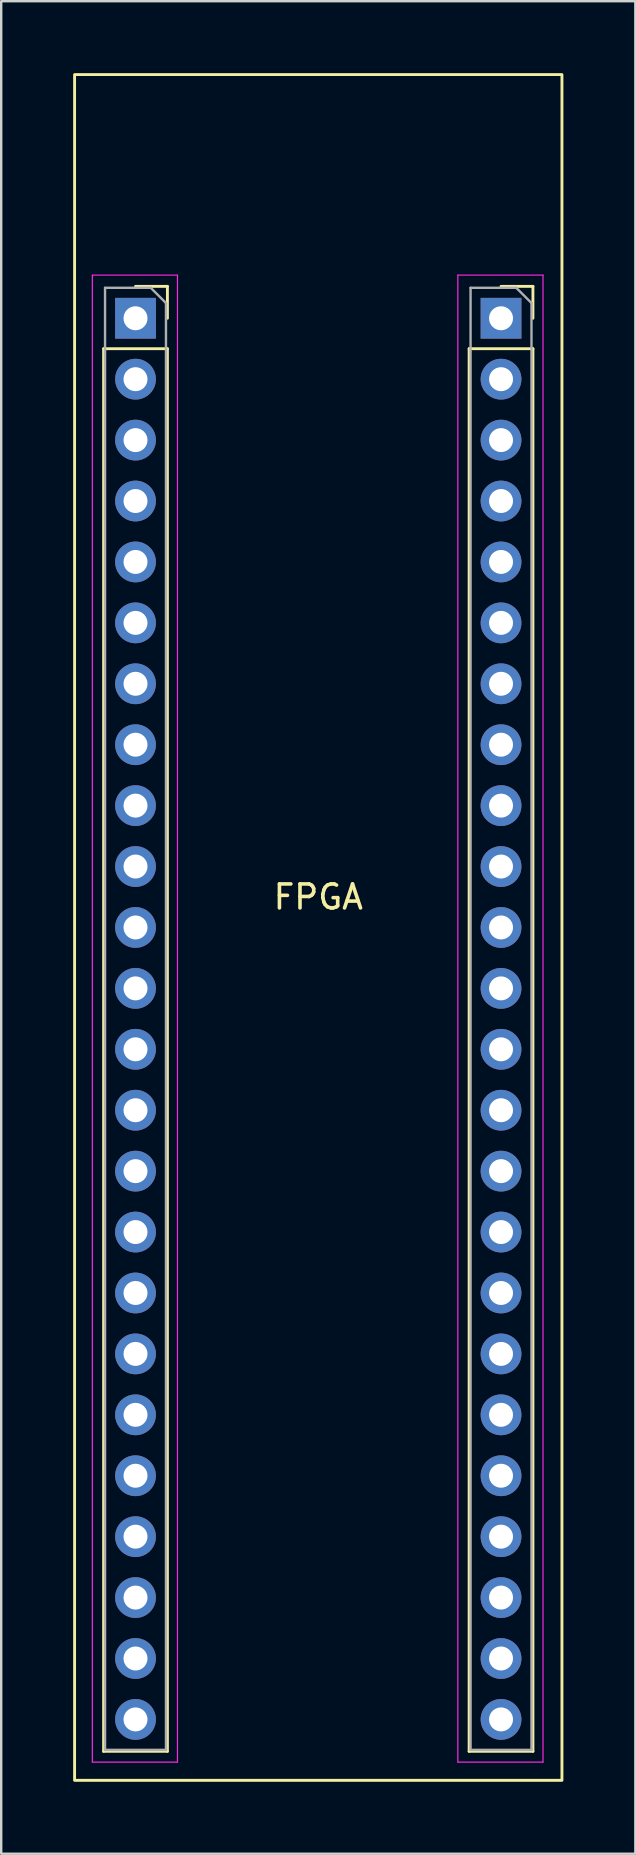
<source format=kicad_pcb>
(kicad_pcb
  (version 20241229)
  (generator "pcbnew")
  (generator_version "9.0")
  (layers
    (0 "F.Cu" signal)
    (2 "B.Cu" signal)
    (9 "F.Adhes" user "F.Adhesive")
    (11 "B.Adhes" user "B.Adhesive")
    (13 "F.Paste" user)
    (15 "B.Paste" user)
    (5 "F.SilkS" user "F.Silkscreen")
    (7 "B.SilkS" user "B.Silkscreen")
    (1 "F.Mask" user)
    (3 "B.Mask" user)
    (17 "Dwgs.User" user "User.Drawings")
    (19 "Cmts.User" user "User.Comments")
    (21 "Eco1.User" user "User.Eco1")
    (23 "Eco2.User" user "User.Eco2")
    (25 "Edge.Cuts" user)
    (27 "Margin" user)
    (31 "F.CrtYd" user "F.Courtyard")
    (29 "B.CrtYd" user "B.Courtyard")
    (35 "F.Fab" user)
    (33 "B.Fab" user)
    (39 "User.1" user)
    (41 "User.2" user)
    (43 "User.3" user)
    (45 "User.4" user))
  (footprint "FPGA"
    (layer "F.Cu")
    (at 2.6 10.22)
    (property "Reference" "FPGA" (at 7.62 24.13 0) (layer "F.SilkS") (effects (font (size 1 1) (thickness 0.15))))
    (attr through_hole)
    (fp_line (start -1.33 1.27) (end -1.33 59.75) (stroke (width 0.12) (type solid)) (layer "F.SilkS"))
    (fp_line (start -1.33 1.27) (end 1.33 1.27) (stroke (width 0.12) (type solid)) (layer "F.SilkS"))
    (fp_line (start -1.33 59.75) (end 1.33 59.75) (stroke (width 0.12) (type solid)) (layer "F.SilkS"))
    (fp_line (start 0 -1.33) (end 1.33 -1.33) (stroke (width 0.12) (type solid)) (layer "F.SilkS"))
    (fp_line (start 1.33 -1.33) (end 1.33 0) (stroke (width 0.12) (type solid)) (layer "F.SilkS"))
    (fp_line (start 1.33 1.27) (end 1.33 59.75) (stroke (width 0.12) (type solid)) (layer "F.SilkS"))
    (fp_line (start 13.91 1.27) (end 13.91 59.75) (stroke (width 0.12) (type solid)) (layer "F.SilkS"))
    (fp_line (start 13.91 1.27) (end 16.57 1.27) (stroke (width 0.12) (type solid)) (layer "F.SilkS"))
    (fp_line (start 13.91 59.75) (end 16.57 59.75) (stroke (width 0.12) (type solid)) (layer "F.SilkS"))
    (fp_line (start 15.24 -1.33) (end 16.57 -1.33) (stroke (width 0.12) (type solid)) (layer "F.SilkS"))
    (fp_line (start 16.57 -1.33) (end 16.57 0) (stroke (width 0.12) (type solid)) (layer "F.SilkS"))
    (fp_line (start 16.57 1.27) (end 16.57 59.75) (stroke (width 0.12) (type solid)) (layer "F.SilkS"))
    (fp_rect (start -2.54 -10.16) (end 17.78 60.96) (stroke (width 0.12) (type solid)) (fill no) (layer "F.SilkS"))
    (fp_line (start -1.8 -1.8) (end 1.75 -1.8) (stroke (width 0.05) (type solid)) (layer "F.CrtYd"))
    (fp_line (start -1.8 60.2) (end -1.8 -1.8) (stroke (width 0.05) (type solid)) (layer "F.CrtYd"))
    (fp_line (start 1.75 -1.8) (end 1.75 60.2) (stroke (width 0.05) (type solid)) (layer "F.CrtYd"))
    (fp_line (start 1.75 60.2) (end -1.8 60.2) (stroke (width 0.05) (type solid)) (layer "F.CrtYd"))
    (fp_line (start 13.44 -1.8) (end 16.99 -1.8) (stroke (width 0.05) (type solid)) (layer "F.CrtYd"))
    (fp_line (start 13.44 60.2) (end 13.44 -1.8) (stroke (width 0.05) (type solid)) (layer "F.CrtYd"))
    (fp_line (start 16.99 -1.8) (end 16.99 60.2) (stroke (width 0.05) (type solid)) (layer "F.CrtYd"))
    (fp_line (start 16.99 60.2) (end 13.44 60.2) (stroke (width 0.05) (type solid)) (layer "F.CrtYd"))
    (fp_line (start -1.27 -1.27) (end 0.635 -1.27) (stroke (width 0.1) (type solid)) (layer "F.Fab"))
    (fp_line (start -1.27 59.69) (end -1.27 -1.27) (stroke (width 0.1) (type solid)) (layer "F.Fab"))
    (fp_line (start 0.635 -1.27) (end 1.27 -0.635) (stroke (width 0.1) (type solid)) (layer "F.Fab"))
    (fp_line (start 1.27 -0.635) (end 1.27 59.69) (stroke (width 0.1) (type solid)) (layer "F.Fab"))
    (fp_line (start 1.27 59.69) (end -1.27 59.69) (stroke (width 0.1) (type solid)) (layer "F.Fab"))
    (fp_line (start 13.97 -1.27) (end 15.875 -1.27) (stroke (width 0.1) (type solid)) (layer "F.Fab"))
    (fp_line (start 13.97 59.69) (end 13.97 -1.27) (stroke (width 0.1) (type solid)) (layer "F.Fab"))
    (fp_line (start 15.875 -1.27) (end 16.51 -0.635) (stroke (width 0.1) (type solid)) (layer "F.Fab"))
    (fp_line (start 16.51 -0.635) (end 16.51 59.69) (stroke (width 0.1) (type solid)) (layer "F.Fab"))
    (fp_line (start 16.51 59.69) (end 13.97 59.69) (stroke (width 0.1) (type solid)) (layer "F.Fab"))
    (pad "1" thru_hole rect (at 0 0) (size 1.7 1.7) (drill 1) (layers "*.Cu" "*.Mask"))
    (pad "2" thru_hole oval (at 0 2.54) (size 1.7 1.7) (drill 1) (layers "*.Cu" "*.Mask"))
    (pad "3" thru_hole oval (at 0 5.08) (size 1.7 1.7) (drill 1) (layers "*.Cu" "*.Mask"))
    (pad "4" thru_hole oval (at 0 7.62) (size 1.7 1.7) (drill 1) (layers "*.Cu" "*.Mask"))
    (pad "5" thru_hole oval (at 0 10.16) (size 1.7 1.7) (drill 1) (layers "*.Cu" "*.Mask"))
    (pad "6" thru_hole oval (at 0 12.7) (size 1.7 1.7) (drill 1) (layers "*.Cu" "*.Mask"))
    (pad "7" thru_hole oval (at 0 15.24) (size 1.7 1.7) (drill 1) (layers "*.Cu" "*.Mask"))
    (pad "8" thru_hole oval (at 0 17.78) (size 1.7 1.7) (drill 1) (layers "*.Cu" "*.Mask"))
    (pad "9" thru_hole oval (at 0 20.32) (size 1.7 1.7) (drill 1) (layers "*.Cu" "*.Mask"))
    (pad "10" thru_hole oval (at 0 22.86) (size 1.7 1.7) (drill 1) (layers "*.Cu" "*.Mask"))
    (pad "11" thru_hole oval (at 0 25.4) (size 1.7 1.7) (drill 1) (layers "*.Cu" "*.Mask"))
    (pad "12" thru_hole oval (at 0 27.94) (size 1.7 1.7) (drill 1) (layers "*.Cu" "*.Mask"))
    (pad "13" thru_hole oval (at 0 30.48) (size 1.7 1.7) (drill 1) (layers "*.Cu" "*.Mask"))
    (pad "14" thru_hole oval (at 0 33.02) (size 1.7 1.7) (drill 1) (layers "*.Cu" "*.Mask"))
    (pad "15" thru_hole oval (at 0 35.56) (size 1.7 1.7) (drill 1) (layers "*.Cu" "*.Mask"))
    (pad "16" thru_hole oval (at 0 38.1) (size 1.7 1.7) (drill 1) (layers "*.Cu" "*.Mask"))
    (pad "17" thru_hole oval (at 0 40.64) (size 1.7 1.7) (drill 1) (layers "*.Cu" "*.Mask"))
    (pad "18" thru_hole oval (at 0 43.18) (size 1.7 1.7) (drill 1) (layers "*.Cu" "*.Mask"))
    (pad "19" thru_hole oval (at 0 45.72) (size 1.7 1.7) (drill 1) (layers "*.Cu" "*.Mask"))
    (pad "20" thru_hole oval (at 0 48.26) (size 1.7 1.7) (drill 1) (layers "*.Cu" "*.Mask"))
    (pad "21" thru_hole oval (at 0 50.8) (size 1.7 1.7) (drill 1) (layers "*.Cu" "*.Mask"))
    (pad "22" thru_hole oval (at 0 53.34) (size 1.7 1.7) (drill 1) (layers "*.Cu" "*.Mask"))
    (pad "23" thru_hole oval (at 0 55.88) (size 1.7 1.7) (drill 1) (layers "*.Cu" "*.Mask"))
    (pad "24" thru_hole oval (at 0 58.42) (size 1.7 1.7) (drill 1) (layers "*.Cu" "*.Mask"))
    (pad "25" thru_hole oval (at 15.24 58.42) (size 1.7 1.7) (drill 1) (layers "*.Cu" "*.Mask"))
    (pad "26" thru_hole oval (at 15.24 55.88) (size 1.7 1.7) (drill 1) (layers "*.Cu" "*.Mask"))
    (pad "27" thru_hole oval (at 15.24 53.34) (size 1.7 1.7) (drill 1) (layers "*.Cu" "*.Mask"))
    (pad "28" thru_hole oval (at 15.24 50.8) (size 1.7 1.7) (drill 1) (layers "*.Cu" "*.Mask"))
    (pad "29" thru_hole oval (at 15.24 48.26) (size 1.7 1.7) (drill 1) (layers "*.Cu" "*.Mask"))
    (pad "30" thru_hole oval (at 15.24 45.72) (size 1.7 1.7) (drill 1) (layers "*.Cu" "*.Mask"))
    (pad "31" thru_hole oval (at 15.24 43.18) (size 1.7 1.7) (drill 1) (layers "*.Cu" "*.Mask"))
    (pad "32" thru_hole oval (at 15.24 40.64) (size 1.7 1.7) (drill 1) (layers "*.Cu" "*.Mask"))
    (pad "33" thru_hole oval (at 15.24 38.1) (size 1.7 1.7) (drill 1) (layers "*.Cu" "*.Mask"))
    (pad "34" thru_hole oval (at 15.24 35.56) (size 1.7 1.7) (drill 1) (layers "*.Cu" "*.Mask"))
    (pad "35" thru_hole oval (at 15.24 33.02) (size 1.7 1.7) (drill 1) (layers "*.Cu" "*.Mask"))
    (pad "36" thru_hole oval (at 15.24 30.48) (size 1.7 1.7) (drill 1) (layers "*.Cu" "*.Mask"))
    (pad "37" thru_hole oval (at 15.24 27.94) (size 1.7 1.7) (drill 1) (layers "*.Cu" "*.Mask"))
    (pad "38" thru_hole oval (at 15.24 25.4) (size 1.7 1.7) (drill 1) (layers "*.Cu" "*.Mask"))
    (pad "39" thru_hole oval (at 15.24 22.86) (size 1.7 1.7) (drill 1) (layers "*.Cu" "*.Mask"))
    (pad "40" thru_hole oval (at 15.24 20.32) (size 1.7 1.7) (drill 1) (layers "*.Cu" "*.Mask"))
    (pad "41" thru_hole oval (at 15.24 17.78) (size 1.7 1.7) (drill 1) (layers "*.Cu" "*.Mask"))
    (pad "42" thru_hole oval (at 15.24 15.24) (size 1.7 1.7) (drill 1) (layers "*.Cu" "*.Mask"))
    (pad "43" thru_hole oval (at 15.24 12.7) (size 1.7 1.7) (drill 1) (layers "*.Cu" "*.Mask"))
    (pad "44" thru_hole oval (at 15.24 10.16) (size 1.7 1.7) (drill 1) (layers "*.Cu" "*.Mask"))
    (pad "45" thru_hole oval (at 15.24 7.62) (size 1.7 1.7) (drill 1) (layers "*.Cu" "*.Mask"))
    (pad "46" thru_hole oval (at 15.24 5.08) (size 1.7 1.7) (drill 1) (layers "*.Cu" "*.Mask"))
    (pad "47" thru_hole oval (at 15.24 2.54) (size 1.7 1.7) (drill 1) (layers "*.Cu" "*.Mask"))
    (pad "48" thru_hole rect (at 15.24 0) (size 1.7 1.7) (drill 1) (layers "*.Cu" "*.Mask")))
  (gr_rect
    (start -3 -3)
    (end 23.44 74.24)
    (stroke (width 0.1) (type default))
    (fill no)
    (layer "Edge.Cuts")))
</source>
